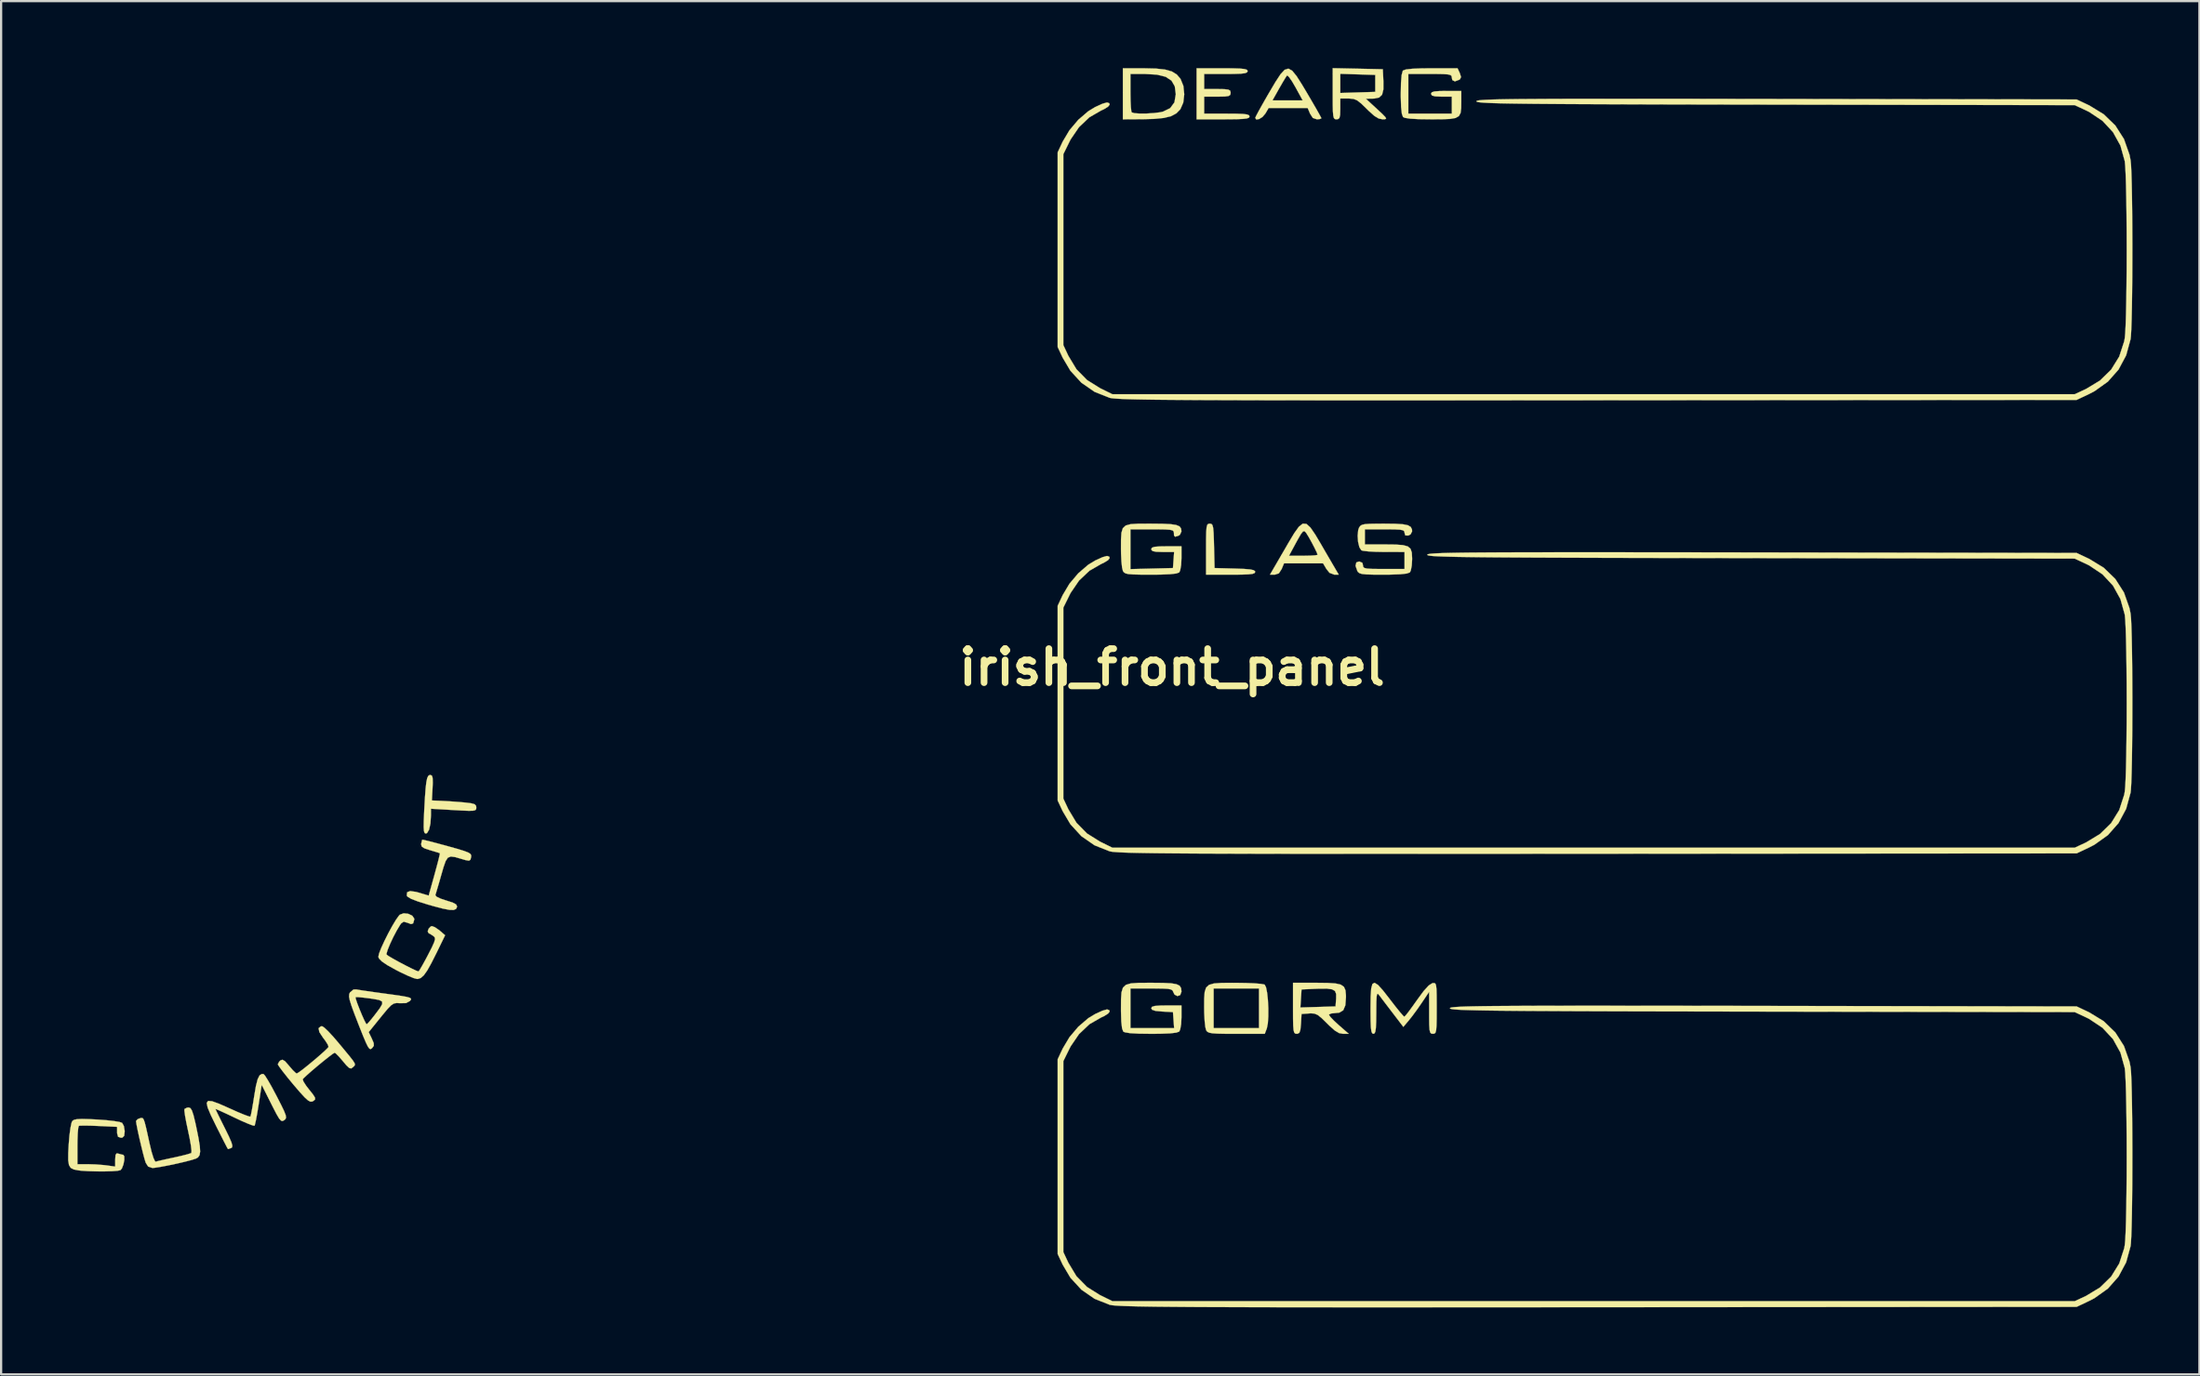
<source format=kicad_pcb>
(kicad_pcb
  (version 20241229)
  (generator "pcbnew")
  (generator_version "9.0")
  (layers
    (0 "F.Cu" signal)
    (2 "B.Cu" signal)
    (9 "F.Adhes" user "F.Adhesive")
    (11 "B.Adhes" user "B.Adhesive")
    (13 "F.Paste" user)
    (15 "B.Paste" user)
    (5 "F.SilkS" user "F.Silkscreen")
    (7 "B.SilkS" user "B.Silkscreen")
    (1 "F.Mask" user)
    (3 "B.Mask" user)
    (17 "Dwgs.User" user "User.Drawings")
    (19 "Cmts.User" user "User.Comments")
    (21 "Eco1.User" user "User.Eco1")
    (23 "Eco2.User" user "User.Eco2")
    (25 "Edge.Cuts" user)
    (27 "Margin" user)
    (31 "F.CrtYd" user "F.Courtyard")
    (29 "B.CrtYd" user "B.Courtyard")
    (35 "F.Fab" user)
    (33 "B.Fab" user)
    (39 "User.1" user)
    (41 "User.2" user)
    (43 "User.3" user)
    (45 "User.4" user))
  (footprint "irish_front_panel"
    (layer "F.Cu")
    (at 49.439 26.849)
    (property "Reference" "irish_front_panel" (at 0 0 0) (layer "F.SilkS") (effects (font (size 1.524 1.524) (thickness 0.3))))
    (attr through_hole)
    (fp_poly (pts (xy 1.762 -6.423) (xy 1.811 -6.369) (xy 1.842 -6.245) (xy 1.862 -6.023) (xy 1.875 -5.673) (xy 1.881 -5.44) (xy 1.905 -4.445) (xy 2.815 -4.421) (xy 3.23 -4.406) (xy 3.502 -4.383) (xy 3.657 -4.349) (xy 3.72 -4.3) (xy 3.725 -4.273) (xy 3.699 -4.221) (xy 3.603 -4.185) (xy 3.414 -4.163) (xy 3.105 -4.152) (xy 2.654 -4.149) (xy 2.625 -4.149) (xy 1.524 -4.149) (xy 1.524 -5.292) (xy 1.525 -5.751) (xy 1.532 -6.068) (xy 1.548 -6.268) (xy 1.577 -6.378) (xy 1.623 -6.425) (xy 1.69 -6.435) (xy 1.691 -6.435) (xy 1.762 -6.423)) (stroke (width 0.01) (type solid)) (fill yes) (layer "F.SilkS"))
    (fp_poly (pts (xy -33.149 4.854) (xy -33.114 4.959) (xy -33.108 5.176) (xy -33.117 5.397) (xy -33.147 5.969) (xy -32.681 5.989) (xy -32.323 6.009) (xy -31.913 6.039) (xy -31.686 6.059) (xy -31.394 6.094) (xy -31.234 6.138) (xy -31.168 6.207) (xy -31.157 6.284) (xy -31.164 6.357) (xy -31.204 6.404) (xy -31.305 6.428) (xy -31.495 6.432) (xy -31.802 6.42) (xy -32.173 6.399) (xy -33.189 6.34) (xy -33.189 6.631) (xy -33.212 7.002) (xy -33.273 7.278) (xy -33.364 7.43) (xy -33.419 7.451) (xy -33.47 7.428) (xy -33.502 7.341) (xy -33.514 7.165) (xy -33.51 6.874) (xy -33.491 6.442) (xy -33.49 6.413) (xy -33.458 5.851) (xy -33.428 5.436) (xy -33.395 5.148) (xy -33.356 4.965) (xy -33.307 4.865) (xy -33.245 4.828) (xy -33.219 4.826) (xy -33.149 4.854)) (stroke (width 0.01) (type solid)) (fill yes) (layer "F.SilkS"))
    (fp_poly (pts (xy 2.712 -26.837) (xy 3.036 -26.827) (xy 3.239 -26.807) (xy 3.348 -26.775) (xy 3.385 -26.727) (xy 3.387 -26.712) (xy 3.361 -26.657) (xy 3.265 -26.619) (xy 3.073 -26.597) (xy 2.76 -26.587) (xy 2.413 -26.585) (xy 1.439 -26.585) (xy 1.439 -25.908) (xy 2.032 -25.908) (xy 2.343 -25.903) (xy 2.522 -25.883) (xy 2.604 -25.836) (xy 2.625 -25.752) (xy 2.625 -25.739) (xy 2.609 -25.65) (xy 2.537 -25.599) (xy 2.372 -25.575) (xy 2.079 -25.569) (xy 2.032 -25.569) (xy 1.439 -25.569) (xy 1.439 -24.807) (xy 2.455 -24.807) (xy 2.893 -24.804) (xy 3.188 -24.792) (xy 3.365 -24.769) (xy 3.451 -24.73) (xy 3.471 -24.68) (xy 3.448 -24.629) (xy 3.36 -24.593) (xy 3.185 -24.571) (xy 2.898 -24.558) (xy 2.474 -24.554) (xy 2.286 -24.553) (xy 1.101 -24.553) (xy 1.101 -26.839) (xy 2.244 -26.839) (xy 2.712 -26.837)) (stroke (width 0.01) (type solid)) (fill yes) (layer "F.SilkS"))
    (fp_poly (pts (xy 2.864 14.141) (xy 3.298 14.147) (xy 3.678 14.163) (xy 3.967 14.186) (xy 4.132 14.215) (xy 4.149 14.222) (xy 4.21 14.342) (xy 4.259 14.587) (xy 4.294 14.914) (xy 4.312 15.28) (xy 4.311 15.642) (xy 4.291 15.956) (xy 4.247 16.179) (xy 4.242 16.192) (xy 4.153 16.425) (xy 2.884 16.425) (xy 2.392 16.424) (xy 2.043 16.417) (xy 1.809 16.401) (xy 1.664 16.374) (xy 1.581 16.332) (xy 1.532 16.271) (xy 1.527 16.262) (xy 1.489 16.109) (xy 1.46 15.834) (xy 1.442 15.48) (xy 1.439 15.252) (xy 1.441 14.845) (xy 1.462 14.551) (xy 1.514 14.393) (xy 1.863 14.393) (xy 1.863 16.171) (xy 3.895 16.171) (xy 3.895 14.393) (xy 1.863 14.393) (xy 1.514 14.393) (xy 1.527 14.353) (xy 1.659 14.232) (xy 1.882 14.168) (xy 2.219 14.144) (xy 2.695 14.14) (xy 2.864 14.141)) (stroke (width 0.01) (type solid)) (fill yes) (layer "F.SilkS"))
    (fp_poly (pts (xy -0.718 -26.826) (xy -0.308 -26.781) (xy -0.008 -26.696) (xy 0.211 -26.562) (xy 0.376 -26.371) (xy 0.381 -26.364) (xy 0.507 -26.052) (xy 0.547 -25.674) (xy 0.503 -25.301) (xy 0.373 -25.004) (xy 0.37 -25) (xy 0.195 -24.821) (xy -0.04 -24.695) (xy -0.364 -24.614) (xy -0.804 -24.571) (xy -1.291 -24.558) (xy -2.201 -24.553) (xy -2.201 -26.585) (xy -1.863 -26.585) (xy -1.863 -25.753) (xy -1.857 -25.393) (xy -1.843 -25.099) (xy -1.822 -24.91) (xy -1.806 -24.864) (xy -1.684 -24.827) (xy -1.444 -24.81) (xy -1.139 -24.812) (xy -0.819 -24.832) (xy -0.535 -24.867) (xy -0.405 -24.896) (xy -0.082 -25.053) (xy 0.108 -25.313) (xy 0.169 -25.678) (xy 0.124 -26.03) (xy -0.023 -26.286) (xy -0.285 -26.458) (xy -0.677 -26.555) (xy -1.215 -26.585) (xy -1.225 -26.585) (xy -1.863 -26.585) (xy -2.201 -26.585) (xy -2.201 -26.839) (xy -1.267 -26.839) (xy -0.718 -26.826)) (stroke (width 0.01) (type solid)) (fill yes) (layer "F.SilkS"))
    (fp_poly (pts (xy 5.381 -26.731) (xy 5.577 -26.492) (xy 5.821 -26.108) (xy 6.037 -25.746) (xy 6.263 -25.36) (xy 6.456 -25.027) (xy 6.599 -24.773) (xy 6.678 -24.625) (xy 6.689 -24.599) (xy 6.616 -24.564) (xy 6.487 -24.553) (xy 6.306 -24.614) (xy 6.181 -24.807) (xy 6.075 -25.061) (xy 4.328 -25.061) (xy 4.178 -24.807) (xy 4.05 -24.658) (xy 3.899 -24.564) (xy 3.775 -24.544) (xy 3.727 -24.617) (xy 3.768 -24.709) (xy 3.879 -24.919) (xy 4.047 -25.22) (xy 4.15 -25.4) (xy 4.497 -25.4) (xy 5.852 -25.4) (xy 5.53 -25.989) (xy 5.374 -26.256) (xy 5.243 -26.443) (xy 5.161 -26.521) (xy 5.15 -26.518) (xy 5.082 -26.419) (xy 4.959 -26.215) (xy 4.805 -25.948) (xy 4.794 -25.929) (xy 4.497 -25.4) (xy 4.15 -25.4) (xy 4.254 -25.583) (xy 4.345 -25.739) (xy 4.634 -26.229) (xy 4.86 -26.573) (xy 5.045 -26.772) (xy 5.211 -26.824) (xy 5.381 -26.731)) (stroke (width 0.01) (type solid)) (fill yes) (layer "F.SilkS"))
    (fp_poly (pts (xy 6.019 -6.423) (xy 6.198 -6.262) (xy 6.412 -5.95) (xy 6.641 -5.566) (xy 6.856 -5.194) (xy 7.057 -4.849) (xy 7.218 -4.573) (xy 7.305 -4.424) (xy 7.467 -4.149) (xy 7.266 -4.149) (xy 7.052 -4.232) (xy 6.914 -4.403) (xy 6.764 -4.657) (xy 5.016 -4.657) (xy 4.911 -4.403) (xy 4.785 -4.208) (xy 4.605 -4.149) (xy 4.596 -4.149) (xy 4.386 -4.149) (xy 4.546 -4.424) (xy 4.653 -4.608) (xy 4.821 -4.897) (xy 4.878 -4.995) (xy 5.237 -4.995) (xy 5.878 -4.995) (xy 6.183 -5.001) (xy 6.41 -5.015) (xy 6.516 -5.036) (xy 6.519 -5.04) (xy 6.481 -5.146) (xy 6.385 -5.346) (xy 6.258 -5.59) (xy 6.127 -5.826) (xy 6.019 -6.002) (xy 5.995 -6.036) (xy 5.932 -6.098) (xy 5.866 -6.084) (xy 5.776 -5.973) (xy 5.642 -5.742) (xy 5.559 -5.592) (xy 5.237 -4.995) (xy 4.878 -4.995) (xy 5.025 -5.248) (xy 5.209 -5.567) (xy 5.472 -6.006) (xy 5.679 -6.295) (xy 5.854 -6.434) (xy 6.019 -6.423)) (stroke (width 0.01) (type solid)) (fill yes) (layer "F.SilkS"))
    (fp_poly (pts (xy 8.319 -26.821) (xy 9.44 -26.797) (xy 9.466 -26.26) (xy 9.465 -25.889) (xy 9.407 -25.655) (xy 9.276 -25.529) (xy 9.054 -25.483) (xy 8.985 -25.481) (xy 8.678 -25.477) (xy 9.179 -25.015) (xy 9.424 -24.787) (xy 9.556 -24.65) (xy 9.589 -24.581) (xy 9.534 -24.556) (xy 9.43 -24.553) (xy 9.257 -24.588) (xy 9.061 -24.706) (xy 8.808 -24.932) (xy 8.721 -25.019) (xy 8.474 -25.259) (xy 8.294 -25.399) (xy 8.134 -25.465) (xy 7.948 -25.484) (xy 7.898 -25.485) (xy 7.535 -25.485) (xy 7.535 -25.019) (xy 7.528 -24.75) (xy 7.496 -24.61) (xy 7.425 -24.558) (xy 7.366 -24.553) (xy 7.298 -24.562) (xy 7.251 -24.607) (xy 7.222 -24.714) (xy 7.205 -24.91) (xy 7.198 -25.22) (xy 7.197 -25.673) (xy 7.197 -25.699) (xy 7.197 -25.732) (xy 7.535 -25.732) (xy 8.319 -25.757) (xy 9.102 -25.781) (xy 9.102 -26.543) (xy 8.319 -26.567) (xy 7.535 -26.592) (xy 7.535 -25.732) (xy 7.197 -25.732) (xy 7.197 -26.844) (xy 8.319 -26.821)) (stroke (width 0.01) (type solid)) (fill yes) (layer "F.SilkS"))
    (fp_poly (pts (xy 12.888 -26.622) (xy 12.943 -26.448) (xy 12.897 -26.35) (xy 12.865 -26.327) (xy 12.669 -26.252) (xy 12.553 -26.311) (xy 12.531 -26.416) (xy 12.52 -26.489) (xy 12.47 -26.537) (xy 12.352 -26.566) (xy 12.136 -26.58) (xy 11.795 -26.585) (xy 11.557 -26.585) (xy 10.583 -26.585) (xy 10.583 -24.807) (xy 12.531 -24.807) (xy 12.531 -25.569) (xy 12.065 -25.569) (xy 11.784 -25.581) (xy 11.64 -25.621) (xy 11.599 -25.696) (xy 11.631 -25.761) (xy 11.747 -25.801) (xy 11.977 -25.819) (xy 12.277 -25.823) (xy 12.954 -25.823) (xy 12.954 -25.352) (xy 12.95 -25.052) (xy 12.923 -24.839) (xy 12.846 -24.697) (xy 12.697 -24.612) (xy 12.451 -24.57) (xy 12.082 -24.555) (xy 11.613 -24.553) (xy 11.057 -24.56) (xy 10.663 -24.582) (xy 10.425 -24.619) (xy 10.346 -24.655) (xy 10.293 -24.801) (xy 10.259 -25.11) (xy 10.245 -25.577) (xy 10.245 -25.696) (xy 10.255 -26.196) (xy 10.284 -26.54) (xy 10.333 -26.721) (xy 10.346 -26.738) (xy 10.475 -26.786) (xy 10.756 -26.818) (xy 11.193 -26.836) (xy 11.618 -26.839) (xy 12.788 -26.839) (xy 12.888 -26.622)) (stroke (width 0.01) (type solid)) (fill yes) (layer "F.SilkS"))
    (fp_poly (pts (xy -0.9 14.139) (xy -0.397 14.144) (xy -0.039 14.162) (xy 0.197 14.202) (xy 0.337 14.269) (xy 0.405 14.373) (xy 0.423 14.519) (xy 0.423 14.537) (xy 0.367 14.689) (xy 0.242 14.734) (xy 0.114 14.668) (xy 0.06 14.563) (xy 0.028 14.489) (xy -0.041 14.44) (xy -0.179 14.411) (xy -0.416 14.398) (xy -0.782 14.393) (xy -0.923 14.393) (xy -1.863 14.393) (xy -1.863 16.171) (xy 0.094 16.171) (xy 0.068 15.812) (xy 0.042 15.452) (xy -0.445 15.426) (xy -0.741 15.398) (xy -0.894 15.346) (xy -0.931 15.278) (xy -0.896 15.215) (xy -0.771 15.177) (xy -0.527 15.159) (xy -0.254 15.155) (xy 0.423 15.155) (xy 0.423 15.689) (xy 0.408 15.995) (xy 0.366 16.228) (xy 0.322 16.324) (xy 0.191 16.372) (xy -0.093 16.405) (xy -0.535 16.422) (xy -0.931 16.425) (xy -1.486 16.418) (xy -1.877 16.396) (xy -2.111 16.358) (xy -2.184 16.324) (xy -2.238 16.178) (xy -2.272 15.872) (xy -2.286 15.412) (xy -2.286 15.314) (xy -2.284 14.879) (xy -2.263 14.568) (xy -2.199 14.359) (xy -2.067 14.232) (xy -1.843 14.166) (xy -1.504 14.142) (xy -1.025 14.139) (xy -0.9 14.139)) (stroke (width 0.01) (type solid)) (fill yes) (layer "F.SilkS"))
    (fp_poly (pts (xy 6.971 14.145) (xy 7.325 14.169) (xy 7.56 14.224) (xy 7.699 14.321) (xy 7.767 14.474) (xy 7.788 14.693) (xy 7.789 14.786) (xy 7.762 15.146) (xy 7.669 15.368) (xy 7.496 15.475) (xy 7.321 15.494) (xy 7.126 15.514) (xy 7.03 15.562) (xy 7.027 15.572) (xy 7.087 15.663) (xy 7.243 15.828) (xy 7.462 16.031) (xy 7.47 16.038) (xy 7.913 16.425) (xy 7.658 16.425) (xy 7.486 16.394) (xy 7.297 16.283) (xy 7.055 16.07) (xy 6.94 15.956) (xy 6.697 15.718) (xy 6.524 15.58) (xy 6.376 15.518) (xy 6.211 15.507) (xy 6.138 15.512) (xy 5.8 15.536) (xy 5.774 15.981) (xy 5.749 16.245) (xy 5.703 16.379) (xy 5.618 16.424) (xy 5.584 16.425) (xy 5.517 16.415) (xy 5.472 16.368) (xy 5.443 16.256) (xy 5.427 16.054) (xy 5.42 15.735) (xy 5.419 15.282) (xy 5.419 15.246) (xy 5.748 15.246) (xy 7.324 15.198) (xy 7.35 14.841) (xy 7.35 14.639) (xy 7.299 14.507) (xy 7.17 14.432) (xy 6.935 14.401) (xy 6.569 14.403) (xy 6.391 14.41) (xy 5.8 14.436) (xy 5.748 15.246) (xy 5.419 15.246) (xy 5.419 14.139) (xy 6.471 14.139) (xy 6.971 14.145)) (stroke (width 0.01) (type solid)) (fill yes) (layer "F.SilkS"))
    (fp_poly (pts (xy -43.96 19.757) (xy -43.893 19.863) (xy -43.823 20.072) (xy -43.741 20.411) (xy -43.701 20.595) (xy -43.6 21.095) (xy -43.541 21.457) (xy -43.526 21.705) (xy -43.553 21.866) (xy -43.624 21.964) (xy -43.709 22.014) (xy -43.899 22.076) (xy -44.202 22.155) (xy -44.57 22.241) (xy -44.953 22.322) (xy -45.302 22.388) (xy -45.567 22.429) (xy -45.666 22.437) (xy -45.855 22.372) (xy -45.962 22.204) (xy -46.014 22.038) (xy -46.087 21.762) (xy -46.171 21.421) (xy -46.255 21.062) (xy -46.327 20.73) (xy -46.378 20.47) (xy -46.397 20.331) (xy -46.327 20.251) (xy -46.231 20.212) (xy -46.158 20.194) (xy -46.103 20.201) (xy -46.057 20.258) (xy -46.009 20.39) (xy -45.95 20.62) (xy -45.871 20.973) (xy -45.796 21.318) (xy -45.702 21.709) (xy -45.616 21.989) (xy -45.545 22.138) (xy -45.515 22.155) (xy -45.395 22.123) (xy -45.153 22.067) (xy -44.834 21.997) (xy -44.704 21.97) (xy -44.372 21.895) (xy -44.104 21.827) (xy -43.944 21.776) (xy -43.92 21.763) (xy -43.911 21.662) (xy -43.938 21.433) (xy -43.995 21.111) (xy -44.063 20.786) (xy -44.143 20.41) (xy -44.201 20.095) (xy -44.23 19.878) (xy -44.229 19.796) (xy -44.118 19.737) (xy -44.036 19.727) (xy -43.96 19.757)) (stroke (width 0.01) (type solid)) (fill yes) (layer "F.SilkS"))
    (fp_poly (pts (xy -0.945 -6.435) (xy -0.43 -6.43) (xy -0.061 -6.412) (xy 0.185 -6.375) (xy 0.333 -6.314) (xy 0.404 -6.221) (xy 0.423 -6.091) (xy 0.423 -6.088) (xy 0.354 -5.936) (xy 0.289 -5.893) (xy 0.139 -5.849) (xy 0.089 -5.904) (xy 0.085 -6.011) (xy 0.074 -6.084) (xy 0.024 -6.132) (xy -0.094 -6.161) (xy -0.31 -6.175) (xy -0.651 -6.18) (xy -0.889 -6.181) (xy -1.863 -6.181) (xy -1.863 -4.397) (xy -0.91 -4.421) (xy 0.042 -4.445) (xy 0.068 -4.805) (xy 0.094 -5.165) (xy -0.418 -5.165) (xy -0.715 -5.174) (xy -0.875 -5.208) (xy -0.93 -5.275) (xy -0.931 -5.292) (xy -0.899 -5.357) (xy -0.784 -5.396) (xy -0.554 -5.415) (xy -0.254 -5.419) (xy 0.423 -5.419) (xy 0.423 -4.885) (xy 0.408 -4.579) (xy 0.366 -4.346) (xy 0.322 -4.25) (xy 0.192 -4.202) (xy -0.089 -4.17) (xy -0.528 -4.152) (xy -0.945 -4.149) (xy -1.414 -4.151) (xy -1.741 -4.159) (xy -1.956 -4.176) (xy -2.086 -4.208) (xy -2.16 -4.257) (xy -2.198 -4.312) (xy -2.237 -4.466) (xy -2.266 -4.742) (xy -2.283 -5.093) (xy -2.286 -5.292) (xy -2.285 -5.721) (xy -2.266 -6.026) (xy -2.204 -6.23) (xy -2.074 -6.351) (xy -1.853 -6.412) (xy -1.516 -6.433) (xy -1.038 -6.435) (xy -0.945 -6.435)) (stroke (width 0.01) (type solid)) (fill yes) (layer "F.SilkS"))
    (fp_poly (pts (xy -33.494 7.741) (xy -33.277 7.793) (xy -32.959 7.876) (xy -32.568 7.981) (xy -32.456 8.012) (xy -32.013 8.136) (xy -31.71 8.229) (xy -31.52 8.301) (xy -31.42 8.365) (xy -31.386 8.432) (xy -31.391 8.512) (xy -31.422 8.626) (xy -31.487 8.667) (xy -31.633 8.643) (xy -31.822 8.588) (xy -32.105 8.506) (xy -32.298 8.481) (xy -32.431 8.533) (xy -32.531 8.685) (xy -32.627 8.959) (xy -32.723 9.292) (xy -32.825 9.65) (xy -32.913 9.949) (xy -32.973 10.151) (xy -32.993 10.211) (xy -32.937 10.282) (xy -32.75 10.371) (xy -32.511 10.45) (xy -32.216 10.544) (xy -32.061 10.628) (xy -32.019 10.719) (xy -32.021 10.737) (xy -32.066 10.831) (xy -32.172 10.876) (xy -32.361 10.871) (xy -32.655 10.815) (xy -33.077 10.704) (xy -33.316 10.636) (xy -33.777 10.492) (xy -34.082 10.374) (xy -34.242 10.277) (xy -34.273 10.228) (xy -34.256 10.083) (xy -34.123 10.029) (xy -33.861 10.065) (xy -33.707 10.107) (xy -33.29 10.231) (xy -33.029 9.292) (xy -32.928 8.92) (xy -32.848 8.615) (xy -32.799 8.408) (xy -32.788 8.334) (xy -32.874 8.303) (xy -33.072 8.243) (xy -33.232 8.196) (xy -33.485 8.112) (xy -33.606 8.029) (xy -33.628 7.924) (xy -33.626 7.912) (xy -33.593 7.767) (xy -33.578 7.727) (xy -33.494 7.741)) (stroke (width 0.01) (type solid)) (fill yes) (layer "F.SilkS"))
    (fp_poly (pts (xy -48.484 20.249) (xy -48.143 20.266) (xy -47.738 20.295) (xy -47.391 20.333) (xy -47.138 20.375) (xy -47.02 20.415) (xy -46.941 20.56) (xy -46.905 20.782) (xy -46.905 20.796) (xy -46.926 20.996) (xy -47.005 21.074) (xy -47.075 21.082) (xy -47.201 21.04) (xy -47.243 20.886) (xy -47.244 20.838) (xy -47.244 20.594) (xy -48.069 20.555) (xy -48.429 20.541) (xy -48.723 20.537) (xy -48.912 20.542) (xy -48.959 20.55) (xy -48.985 20.643) (xy -49.007 20.869) (xy -49.019 21.188) (xy -49.022 21.426) (xy -49.022 22.267) (xy -48.568 22.267) (xy -48.212 22.278) (xy -47.847 22.306) (xy -47.721 22.321) (xy -47.329 22.375) (xy -47.329 22.058) (xy -47.315 21.852) (xy -47.262 21.781) (xy -47.195 21.793) (xy -47.026 21.839) (xy -46.972 21.844) (xy -46.923 21.913) (xy -46.923 22.079) (xy -46.962 22.28) (xy -47.029 22.455) (xy -47.093 22.534) (xy -47.221 22.562) (xy -47.474 22.581) (xy -47.807 22.59) (xy -48.178 22.589) (xy -48.54 22.579) (xy -48.85 22.559) (xy -48.98 22.543) (xy -49.184 22.503) (xy -49.32 22.434) (xy -49.4 22.307) (xy -49.434 22.093) (xy -49.432 21.763) (xy -49.412 21.385) (xy -49.38 20.989) (xy -49.336 20.654) (xy -49.288 20.42) (xy -49.253 20.335) (xy -49.18 20.282) (xy -49.046 20.252) (xy -48.824 20.241) (xy -48.484 20.249)) (stroke (width 0.01) (type solid)) (fill yes) (layer "F.SilkS"))
    (fp_poly (pts (xy -36.386 14.462) (xy -36.109 14.504) (xy -35.747 14.556) (xy -35.391 14.605) (xy -34.879 14.675) (xy -34.513 14.728) (xy -34.273 14.771) (xy -34.136 14.81) (xy -34.081 14.85) (xy -34.087 14.897) (xy -34.13 14.954) (xy -34.303 15.048) (xy -34.572 15.054) (xy -34.727 15.045) (xy -34.85 15.068) (xy -34.973 15.147) (xy -35.126 15.304) (xy -35.342 15.563) (xy -35.441 15.685) (xy -35.977 16.349) (xy -35.836 16.643) (xy -35.752 16.843) (xy -35.748 16.962) (xy -35.824 17.064) (xy -35.83 17.07) (xy -35.886 17.109) (xy -35.942 17.093) (xy -36.01 17.004) (xy -36.101 16.82) (xy -36.227 16.522) (xy -36.399 16.09) (xy -36.444 15.975) (xy -36.628 15.499) (xy -36.753 15.154) (xy -36.827 14.913) (xy -36.851 14.783) (xy -36.566 14.783) (xy -36.553 14.868) (xy -36.488 15.061) (xy -36.391 15.313) (xy -36.281 15.579) (xy -36.177 15.812) (xy -36.098 15.964) (xy -36.068 15.998) (xy -35.998 15.935) (xy -35.859 15.773) (xy -35.709 15.584) (xy -35.484 15.286) (xy -35.371 15.093) (xy -35.377 14.977) (xy -35.51 14.909) (xy -35.779 14.86) (xy -35.916 14.84) (xy -36.219 14.802) (xy -36.449 14.781) (xy -36.562 14.781) (xy -36.566 14.783) (xy -36.851 14.783) (xy -36.856 14.751) (xy -36.848 14.642) (xy -36.817 14.573) (xy -36.657 14.44) (xy -36.536 14.436) (xy -36.386 14.462)) (stroke (width 0.01) (type solid)) (fill yes) (layer "F.SilkS"))
    (fp_poly (pts (xy -34.205 11.047) (xy -34.027 11.132) (xy -33.938 11.261) (xy -33.938 11.308) (xy -33.986 11.475) (xy -34.079 11.509) (xy -34.241 11.449) (xy -34.408 11.401) (xy -34.522 11.476) (xy -34.568 11.541) (xy -34.723 11.8) (xy -34.881 12.1) (xy -35.021 12.399) (xy -35.126 12.656) (xy -35.178 12.829) (xy -35.176 12.875) (xy -35.087 12.941) (xy -34.888 13.058) (xy -34.623 13.205) (xy -34.333 13.358) (xy -34.062 13.495) (xy -33.852 13.594) (xy -33.746 13.631) (xy -33.693 13.561) (xy -33.582 13.372) (xy -33.43 13.097) (xy -33.321 12.89) (xy -33.146 12.548) (xy -33.045 12.322) (xy -33.006 12.183) (xy -33.023 12.099) (xy -33.075 12.047) (xy -33.226 11.949) (xy -33.291 11.918) (xy -33.335 11.838) (xy -33.292 11.713) (xy -33.198 11.615) (xy -33.143 11.599) (xy -33.008 11.651) (xy -32.823 11.778) (xy -32.792 11.804) (xy -32.555 12.008) (xy -32.935 12.79) (xy -33.171 13.258) (xy -33.357 13.59) (xy -33.51 13.805) (xy -33.645 13.924) (xy -33.776 13.967) (xy -33.809 13.968) (xy -33.96 13.929) (xy -34.217 13.825) (xy -34.539 13.674) (xy -34.756 13.563) (xy -35.141 13.349) (xy -35.387 13.182) (xy -35.516 13.05) (xy -35.544 12.977) (xy -35.515 12.833) (xy -35.418 12.584) (xy -35.274 12.268) (xy -35.102 11.925) (xy -34.923 11.595) (xy -34.756 11.316) (xy -34.622 11.129) (xy -34.582 11.087) (xy -34.41 11.025) (xy -34.205 11.047)) (stroke (width 0.01) (type solid)) (fill yes) (layer "F.SilkS"))
    (fp_poly (pts (xy -40.682 18.23) (xy -40.614 18.31) (xy -40.487 18.512) (xy -40.318 18.807) (xy -40.127 19.166) (xy -40.1 19.217) (xy -39.897 19.614) (xy -39.765 19.888) (xy -39.695 20.067) (xy -39.678 20.178) (xy -39.706 20.247) (xy -39.76 20.295) (xy -39.833 20.333) (xy -39.903 20.316) (xy -39.988 20.221) (xy -40.104 20.025) (xy -40.269 19.706) (xy -40.343 19.559) (xy -40.769 18.71) (xy -40.908 19.605) (xy -40.968 19.975) (xy -41.024 20.28) (xy -41.069 20.482) (xy -41.091 20.545) (xy -41.18 20.528) (xy -41.388 20.449) (xy -41.684 20.321) (xy -41.988 20.178) (xy -42.328 20.016) (xy -42.604 19.889) (xy -42.785 19.809) (xy -42.841 19.791) (xy -42.806 19.871) (xy -42.709 20.072) (xy -42.567 20.36) (xy -42.421 20.652) (xy -42.237 21.028) (xy -42.127 21.28) (xy -42.083 21.434) (xy -42.096 21.514) (xy -42.132 21.54) (xy -42.254 21.584) (xy -42.278 21.59) (xy -42.32 21.519) (xy -42.422 21.323) (xy -42.571 21.03) (xy -42.754 20.667) (xy -42.818 20.539) (xy -43.048 20.066) (xy -43.189 19.731) (xy -43.232 19.523) (xy -43.168 19.432) (xy -42.988 19.447) (xy -42.682 19.557) (xy -42.242 19.751) (xy -42.185 19.777) (xy -41.836 19.933) (xy -41.546 20.053) (xy -41.349 20.124) (xy -41.276 20.138) (xy -41.248 20.043) (xy -41.204 19.818) (xy -41.149 19.498) (xy -41.105 19.218) (xy -41.028 18.765) (xy -40.95 18.461) (xy -40.864 18.287) (xy -40.76 18.223) (xy -40.682 18.23)) (stroke (width 0.01) (type solid)) (fill yes) (layer "F.SilkS"))
    (fp_poly (pts (xy 9.227 14.238) (xy 9.447 14.481) (xy 9.745 14.862) (xy 9.774 14.901) (xy 10.009 15.205) (xy 10.207 15.45) (xy 10.347 15.611) (xy 10.404 15.66) (xy 10.471 15.594) (xy 10.61 15.416) (xy 10.8 15.156) (xy 10.967 14.92) (xy 11.265 14.514) (xy 11.494 14.261) (xy 11.655 14.157) (xy 11.666 14.155) (xy 11.741 14.149) (xy 11.793 14.175) (xy 11.825 14.258) (xy 11.844 14.425) (xy 11.851 14.701) (xy 11.853 15.112) (xy 11.853 15.276) (xy 11.852 15.737) (xy 11.845 16.055) (xy 11.83 16.256) (xy 11.801 16.367) (xy 11.755 16.415) (xy 11.689 16.425) (xy 11.684 16.425) (xy 11.61 16.415) (xy 11.562 16.363) (xy 11.533 16.242) (xy 11.519 16.022) (xy 11.515 15.674) (xy 11.515 15.484) (xy 11.515 14.543) (xy 11.181 15.04) (xy 10.97 15.344) (xy 10.754 15.636) (xy 10.604 15.825) (xy 10.36 16.114) (xy 9.88 15.487) (xy 9.653 15.189) (xy 9.453 14.926) (xy 9.311 14.738) (xy 9.274 14.69) (xy 9.22 14.631) (xy 9.184 14.645) (xy 9.163 14.753) (xy 9.151 14.979) (xy 9.147 15.345) (xy 9.147 15.473) (xy 9.142 15.895) (xy 9.128 16.175) (xy 9.102 16.339) (xy 9.059 16.413) (xy 9.017 16.425) (xy 8.965 16.401) (xy 8.929 16.312) (xy 8.906 16.134) (xy 8.894 15.842) (xy 8.89 15.412) (xy 8.89 15.282) (xy 8.896 14.756) (xy 8.92 14.393) (xy 8.976 14.189) (xy 9.074 14.139) (xy 9.227 14.238)) (stroke (width 0.01) (type solid)) (fill yes) (layer "F.SilkS"))
    (fp_poly (pts (xy 10 -6.429) (xy 10.343 -6.407) (xy 10.566 -6.362) (xy 10.692 -6.287) (xy 10.746 -6.177) (xy 10.753 -6.089) (xy 10.682 -5.954) (xy 10.583 -5.902) (xy 10.448 -5.906) (xy 10.414 -6.019) (xy 10.401 -6.091) (xy 10.342 -6.138) (xy 10.208 -6.165) (xy 9.968 -6.177) (xy 9.592 -6.181) (xy 9.525 -6.181) (xy 8.636 -6.181) (xy 8.636 -5.503) (xy 9.531 -5.503) (xy 10.008 -5.498) (xy 10.342 -5.473) (xy 10.558 -5.415) (xy 10.681 -5.309) (xy 10.738 -5.142) (xy 10.752 -4.899) (xy 10.753 -4.84) (xy 10.736 -4.556) (xy 10.693 -4.336) (xy 10.651 -4.25) (xy 10.513 -4.2) (xy 10.215 -4.167) (xy 9.753 -4.151) (xy 9.469 -4.149) (xy 9.019 -4.151) (xy 8.71 -4.16) (xy 8.511 -4.18) (xy 8.393 -4.216) (xy 8.326 -4.271) (xy 8.3 -4.312) (xy 8.218 -4.547) (xy 8.256 -4.697) (xy 8.382 -4.741) (xy 8.524 -4.681) (xy 8.551 -4.572) (xy 8.562 -4.498) (xy 8.614 -4.449) (xy 8.736 -4.421) (xy 8.957 -4.407) (xy 9.307 -4.403) (xy 9.483 -4.403) (xy 10.414 -4.403) (xy 10.414 -5.165) (xy 9.504 -5.166) (xy 9.119 -5.173) (xy 8.792 -5.191) (xy 8.562 -5.217) (xy 8.479 -5.24) (xy 8.391 -5.377) (xy 8.333 -5.617) (xy 8.314 -5.894) (xy 8.338 -6.144) (xy 8.375 -6.253) (xy 8.427 -6.329) (xy 8.505 -6.381) (xy 8.639 -6.412) (xy 8.862 -6.428) (xy 9.203 -6.434) (xy 9.511 -6.435) (xy 10 -6.429)) (stroke (width 0.01) (type solid)) (fill yes) (layer "F.SilkS"))
    (fp_poly (pts (xy -37.964 16.148) (xy -37.788 16.315) (xy -37.561 16.56) (xy -37.368 16.785) (xy -37.052 17.165) (xy -36.829 17.435) (xy -36.687 17.617) (xy -36.612 17.733) (xy -36.591 17.805) (xy -36.611 17.853) (xy -36.659 17.9) (xy -36.678 17.918) (xy -36.761 17.977) (xy -36.85 17.956) (xy -36.978 17.835) (xy -37.125 17.66) (xy -37.304 17.453) (xy -37.442 17.312) (xy -37.499 17.272) (xy -37.587 17.323) (xy -37.768 17.459) (xy -38.009 17.651) (xy -38.276 17.871) (xy -38.535 18.091) (xy -38.752 18.283) (xy -38.895 18.419) (xy -38.932 18.465) (xy -38.898 18.566) (xy -38.78 18.749) (xy -38.657 18.909) (xy -38.469 19.145) (xy -38.38 19.288) (xy -38.38 19.373) (xy -38.46 19.436) (xy -38.502 19.458) (xy -38.583 19.467) (xy -38.692 19.411) (xy -38.847 19.27) (xy -39.069 19.028) (xy -39.349 18.7) (xy -39.612 18.381) (xy -39.829 18.106) (xy -39.981 17.902) (xy -40.046 17.797) (xy -40.047 17.791) (xy -39.99 17.679) (xy -39.93 17.618) (xy -39.837 17.586) (xy -39.721 17.656) (xy -39.551 17.849) (xy -39.541 17.862) (xy -39.374 18.056) (xy -39.243 18.18) (xy -39.198 18.203) (xy -39.107 18.151) (xy -38.923 18.015) (xy -38.682 17.822) (xy -38.415 17.601) (xy -38.158 17.38) (xy -37.944 17.188) (xy -37.807 17.053) (xy -37.776 17.011) (xy -37.809 16.909) (xy -37.924 16.728) (xy -38.018 16.604) (xy -38.186 16.35) (xy -38.222 16.176) (xy -38.126 16.093) (xy -38.062 16.087) (xy -37.964 16.148)) (stroke (width 0.01) (type solid)) (fill yes) (layer "F.SilkS"))
    (fp_poly (pts (xy 19.555 -5.153) (xy 20.951 -5.151) (xy 22.495 -5.15) (xy 24.194 -5.148) (xy 25.971 -5.145) (xy 40.513 -5.122) (xy 41.08 -4.854) (xy 41.725 -4.46) (xy 42.245 -3.956) (xy 42.632 -3.349) (xy 42.879 -2.649) (xy 42.929 -2.398) (xy 42.949 -2.186) (xy 42.966 -1.828) (xy 42.98 -1.347) (xy 42.991 -0.765) (xy 43 -0.107) (xy 43.005 0.606) (xy 43.008 1.349) (xy 43.007 2.101) (xy 43.004 2.837) (xy 42.997 3.536) (xy 42.988 4.173) (xy 42.976 4.725) (xy 42.961 5.171) (xy 42.943 5.486) (xy 42.929 5.615) (xy 42.73 6.344) (xy 42.388 6.983) (xy 41.912 7.522) (xy 41.308 7.953) (xy 41.08 8.071) (xy 40.513 8.34) (xy 19.092 8.356) (xy 16.813 8.357) (xy 14.697 8.359) (xy 12.738 8.359) (xy 10.93 8.36) (xy 9.268 8.36) (xy 7.744 8.36) (xy 6.354 8.359) (xy 5.09 8.358) (xy 3.947 8.356) (xy 2.919 8.353) (xy 2 8.35) (xy 1.184 8.347) (xy 0.464 8.342) (xy -0.165 8.337) (xy -0.71 8.332) (xy -1.176 8.325) (xy -1.57 8.318) (xy -1.897 8.31) (xy -2.164 8.301) (xy -2.377 8.291) (xy -2.542 8.28) (xy -2.664 8.269) (xy -2.75 8.256) (xy -2.792 8.247) (xy -3.466 7.98) (xy -4.058 7.571) (xy -4.55 7.035) (xy -4.897 6.449) (xy -5.122 5.969) (xy -5.122 -2.752) (xy -4.895 -3.236) (xy -4.594 -3.742) (xy -4.198 -4.211) (xy -3.752 -4.594) (xy -3.446 -4.78) (xy -3.117 -4.93) (xy -2.91 -4.988) (xy -2.81 -4.954) (xy -2.794 -4.889) (xy -2.866 -4.798) (xy -3.049 -4.685) (xy -3.171 -4.629) (xy -3.699 -4.325) (xy -4.165 -3.883) (xy -4.54 -3.333) (xy -4.59 -3.236) (xy -4.868 -2.671) (xy -4.868 5.884) (xy -4.645 6.36) (xy -4.28 6.967) (xy -3.808 7.448) (xy -3.231 7.81) (xy -2.671 8.086) (xy 40.428 8.086) (xy 40.936 7.849) (xy 41.56 7.471) (xy 42.057 6.985) (xy 42.42 6.399) (xy 42.641 5.721) (xy 42.668 5.576) (xy 42.688 5.364) (xy 42.707 5.003) (xy 42.723 4.512) (xy 42.736 3.91) (xy 42.746 3.219) (xy 42.753 2.458) (xy 42.755 1.646) (xy 42.755 1.609) (xy 42.753 0.795) (xy 42.747 0.031) (xy 42.737 -0.664) (xy 42.724 -1.269) (xy 42.708 -1.766) (xy 42.689 -2.134) (xy 42.669 -2.353) (xy 42.668 -2.359) (xy 42.475 -3.054) (xy 42.14 -3.659) (xy 41.67 -4.165) (xy 41.071 -4.565) (xy 40.936 -4.631) (xy 40.428 -4.868) (xy 25.929 -4.891) (xy 24.077 -4.894) (xy 22.387 -4.897) (xy 20.852 -4.9) (xy 19.465 -4.903) (xy 18.218 -4.907) (xy 17.104 -4.911) (xy 16.116 -4.915) (xy 15.246 -4.92) (xy 14.488 -4.925) (xy 13.834 -4.931) (xy 13.277 -4.938) (xy 12.81 -4.945) (xy 12.425 -4.954) (xy 12.115 -4.963) (xy 11.874 -4.973) (xy 11.692 -4.984) (xy 11.565 -4.997) (xy 11.483 -5.011) (xy 11.441 -5.026) (xy 11.43 -5.04) (xy 11.444 -5.056) (xy 11.489 -5.071) (xy 11.574 -5.085) (xy 11.706 -5.096) (xy 11.892 -5.107) (xy 12.138 -5.117) (xy 12.453 -5.125) (xy 12.843 -5.132) (xy 13.317 -5.138) (xy 13.88 -5.142) (xy 14.54 -5.146) (xy 15.305 -5.149) (xy 16.182 -5.151) (xy 17.177 -5.152) (xy 18.299 -5.153) (xy 19.555 -5.153)) (stroke (width 0.01) (type solid)) (fill yes) (layer "F.SilkS"))
    (fp_poly (pts (xy 20.662 15.168) (xy 22.076 15.169) (xy 23.64 15.171) (xy 25.362 15.173) (xy 26.48 15.175) (xy 40.513 15.198) (xy 41.08 15.466) (xy 41.725 15.86) (xy 42.245 16.364) (xy 42.632 16.971) (xy 42.879 17.671) (xy 42.929 17.922) (xy 42.949 18.134) (xy 42.966 18.492) (xy 42.98 18.973) (xy 42.991 19.555) (xy 43 20.213) (xy 43.005 20.926) (xy 43.008 21.669) (xy 43.007 22.421) (xy 43.004 23.157) (xy 42.997 23.856) (xy 42.988 24.493) (xy 42.976 25.045) (xy 42.961 25.491) (xy 42.943 25.806) (xy 42.929 25.935) (xy 42.73 26.664) (xy 42.388 27.303) (xy 41.912 27.842) (xy 41.308 28.273) (xy 41.08 28.391) (xy 40.513 28.66) (xy 19.092 28.676) (xy 16.813 28.677) (xy 14.697 28.679) (xy 12.738 28.679) (xy 10.93 28.68) (xy 9.268 28.68) (xy 7.744 28.68) (xy 6.354 28.679) (xy 5.09 28.678) (xy 3.947 28.676) (xy 2.919 28.673) (xy 2 28.67) (xy 1.184 28.667) (xy 0.464 28.662) (xy -0.165 28.657) (xy -0.71 28.652) (xy -1.176 28.645) (xy -1.57 28.638) (xy -1.897 28.63) (xy -2.164 28.621) (xy -2.377 28.611) (xy -2.542 28.6) (xy -2.664 28.589) (xy -2.75 28.576) (xy -2.792 28.567) (xy -3.466 28.3) (xy -4.058 27.891) (xy -4.55 27.355) (xy -4.897 26.769) (xy -5.122 26.289) (xy -5.122 17.568) (xy -4.895 17.084) (xy -4.594 16.578) (xy -4.198 16.109) (xy -3.752 15.726) (xy -3.446 15.54) (xy -3.117 15.39) (xy -2.91 15.332) (xy -2.81 15.366) (xy -2.794 15.431) (xy -2.866 15.522) (xy -3.049 15.635) (xy -3.171 15.691) (xy -3.699 15.995) (xy -4.165 16.437) (xy -4.54 16.987) (xy -4.59 17.084) (xy -4.868 17.649) (xy -4.868 26.204) (xy -4.645 26.68) (xy -4.28 27.287) (xy -3.808 27.768) (xy -3.231 28.13) (xy -2.671 28.406) (xy 40.428 28.406) (xy 40.936 28.169) (xy 41.56 27.791) (xy 42.057 27.305) (xy 42.42 26.719) (xy 42.641 26.041) (xy 42.668 25.896) (xy 42.688 25.684) (xy 42.707 25.323) (xy 42.723 24.832) (xy 42.736 24.23) (xy 42.746 23.539) (xy 42.753 22.778) (xy 42.755 21.966) (xy 42.755 21.929) (xy 42.753 21.115) (xy 42.747 20.351) (xy 42.737 19.656) (xy 42.724 19.051) (xy 42.708 18.554) (xy 42.689 18.186) (xy 42.669 17.967) (xy 42.668 17.961) (xy 42.475 17.266) (xy 42.14 16.661) (xy 41.67 16.155) (xy 41.071 15.755) (xy 40.936 15.689) (xy 40.428 15.452) (xy 26.437 15.429) (xy 24.619 15.426) (xy 22.963 15.423) (xy 21.462 15.42) (xy 20.108 15.417) (xy 18.894 15.413) (xy 17.812 15.409) (xy 16.855 15.404) (xy 16.017 15.4) (xy 15.288 15.394) (xy 14.662 15.388) (xy 14.132 15.381) (xy 13.691 15.373) (xy 13.33 15.364) (xy 13.042 15.355) (xy 12.821 15.344) (xy 12.659 15.332) (xy 12.547 15.319) (xy 12.48 15.304) (xy 12.45 15.289) (xy 12.446 15.28) (xy 12.46 15.263) (xy 12.506 15.248) (xy 12.591 15.235) (xy 12.724 15.223) (xy 12.911 15.212) (xy 13.159 15.202) (xy 13.477 15.194) (xy 13.871 15.187) (xy 14.349 15.181) (xy 14.919 15.177) (xy 15.586 15.173) (xy 16.36 15.17) (xy 17.247 15.168) (xy 18.255 15.167) (xy 19.391 15.167) (xy 20.662 15.168)) (stroke (width 0.01) (type solid)) (fill yes) (layer "F.SilkS"))
    (fp_poly (pts (xy 20.67 -25.473) (xy 21.961 -25.472) (xy 23.397 -25.471) (xy 24.986 -25.468) (xy 26.736 -25.466) (xy 27.072 -25.465) (xy 40.513 -25.442) (xy 41.08 -25.174) (xy 41.725 -24.78) (xy 42.245 -24.276) (xy 42.632 -23.669) (xy 42.879 -22.969) (xy 42.929 -22.718) (xy 42.949 -22.506) (xy 42.966 -22.148) (xy 42.98 -21.667) (xy 42.991 -21.085) (xy 43 -20.427) (xy 43.005 -19.714) (xy 43.008 -18.971) (xy 43.007 -18.219) (xy 43.004 -17.483) (xy 42.997 -16.784) (xy 42.988 -16.147) (xy 42.976 -15.595) (xy 42.961 -15.149) (xy 42.943 -14.834) (xy 42.929 -14.705) (xy 42.73 -13.976) (xy 42.388 -13.337) (xy 41.912 -12.798) (xy 41.308 -12.367) (xy 41.08 -12.249) (xy 40.513 -11.98) (xy 19.092 -11.964) (xy 16.813 -11.963) (xy 14.697 -11.961) (xy 12.738 -11.961) (xy 10.93 -11.96) (xy 9.268 -11.96) (xy 7.744 -11.96) (xy 6.354 -11.961) (xy 5.09 -11.962) (xy 3.947 -11.964) (xy 2.919 -11.967) (xy 2 -11.97) (xy 1.184 -11.973) (xy 0.464 -11.978) (xy -0.165 -11.983) (xy -0.71 -11.988) (xy -1.176 -11.995) (xy -1.57 -12.002) (xy -1.897 -12.01) (xy -2.164 -12.019) (xy -2.377 -12.029) (xy -2.542 -12.04) (xy -2.664 -12.051) (xy -2.75 -12.064) (xy -2.792 -12.073) (xy -3.466 -12.34) (xy -4.058 -12.749) (xy -4.55 -13.285) (xy -4.897 -13.871) (xy -5.122 -14.351) (xy -5.122 -23.072) (xy -4.895 -23.556) (xy -4.594 -24.062) (xy -4.198 -24.531) (xy -3.752 -24.914) (xy -3.446 -25.1) (xy -3.117 -25.25) (xy -2.91 -25.308) (xy -2.81 -25.274) (xy -2.794 -25.209) (xy -2.866 -25.118) (xy -3.049 -25.005) (xy -3.171 -24.949) (xy -3.699 -24.645) (xy -4.165 -24.203) (xy -4.54 -23.653) (xy -4.59 -23.556) (xy -4.868 -22.991) (xy -4.868 -14.436) (xy -4.645 -13.96) (xy -4.28 -13.353) (xy -3.808 -12.872) (xy -3.231 -12.51) (xy -2.671 -12.234) (xy 40.428 -12.234) (xy 40.936 -12.471) (xy 41.56 -12.849) (xy 42.057 -13.335) (xy 42.42 -13.921) (xy 42.641 -14.599) (xy 42.668 -14.744) (xy 42.688 -14.956) (xy 42.707 -15.317) (xy 42.723 -15.808) (xy 42.736 -16.41) (xy 42.746 -17.101) (xy 42.753 -17.862) (xy 42.755 -18.674) (xy 42.755 -18.711) (xy 42.753 -19.525) (xy 42.747 -20.289) (xy 42.737 -20.984) (xy 42.724 -21.589) (xy 42.708 -22.086) (xy 42.689 -22.454) (xy 42.669 -22.673) (xy 42.668 -22.679) (xy 42.475 -23.374) (xy 42.14 -23.979) (xy 41.67 -24.485) (xy 41.071 -24.885) (xy 40.936 -24.951) (xy 40.428 -25.188) (xy 27.03 -25.211) (xy 25.253 -25.214) (xy 23.637 -25.217) (xy 22.176 -25.22) (xy 20.862 -25.224) (xy 19.686 -25.228) (xy 18.643 -25.232) (xy 17.724 -25.236) (xy 16.921 -25.242) (xy 16.227 -25.247) (xy 15.635 -25.254) (xy 15.137 -25.261) (xy 14.725 -25.269) (xy 14.392 -25.278) (xy 14.131 -25.289) (xy 13.933 -25.3) (xy 13.792 -25.313) (xy 13.7 -25.326) (xy 13.649 -25.342) (xy 13.632 -25.358) (xy 13.631 -25.36) (xy 13.645 -25.377) (xy 13.691 -25.393) (xy 13.777 -25.406) (xy 13.911 -25.418) (xy 14.1 -25.429) (xy 14.351 -25.439) (xy 14.672 -25.447) (xy 15.071 -25.454) (xy 15.555 -25.46) (xy 16.132 -25.464) (xy 16.809 -25.468) (xy 17.594 -25.471) (xy 18.494 -25.472) (xy 19.517 -25.473) (xy 20.67 -25.473)) (stroke (width 0.01) (type solid)) (fill yes) (layer "F.SilkS")))
  (gr_rect
    (start -3 -3)
    (end 95.451 58.534)
    (stroke (width 0.1) (type default))
    (fill no)
    (layer "Edge.Cuts")))
</source>
